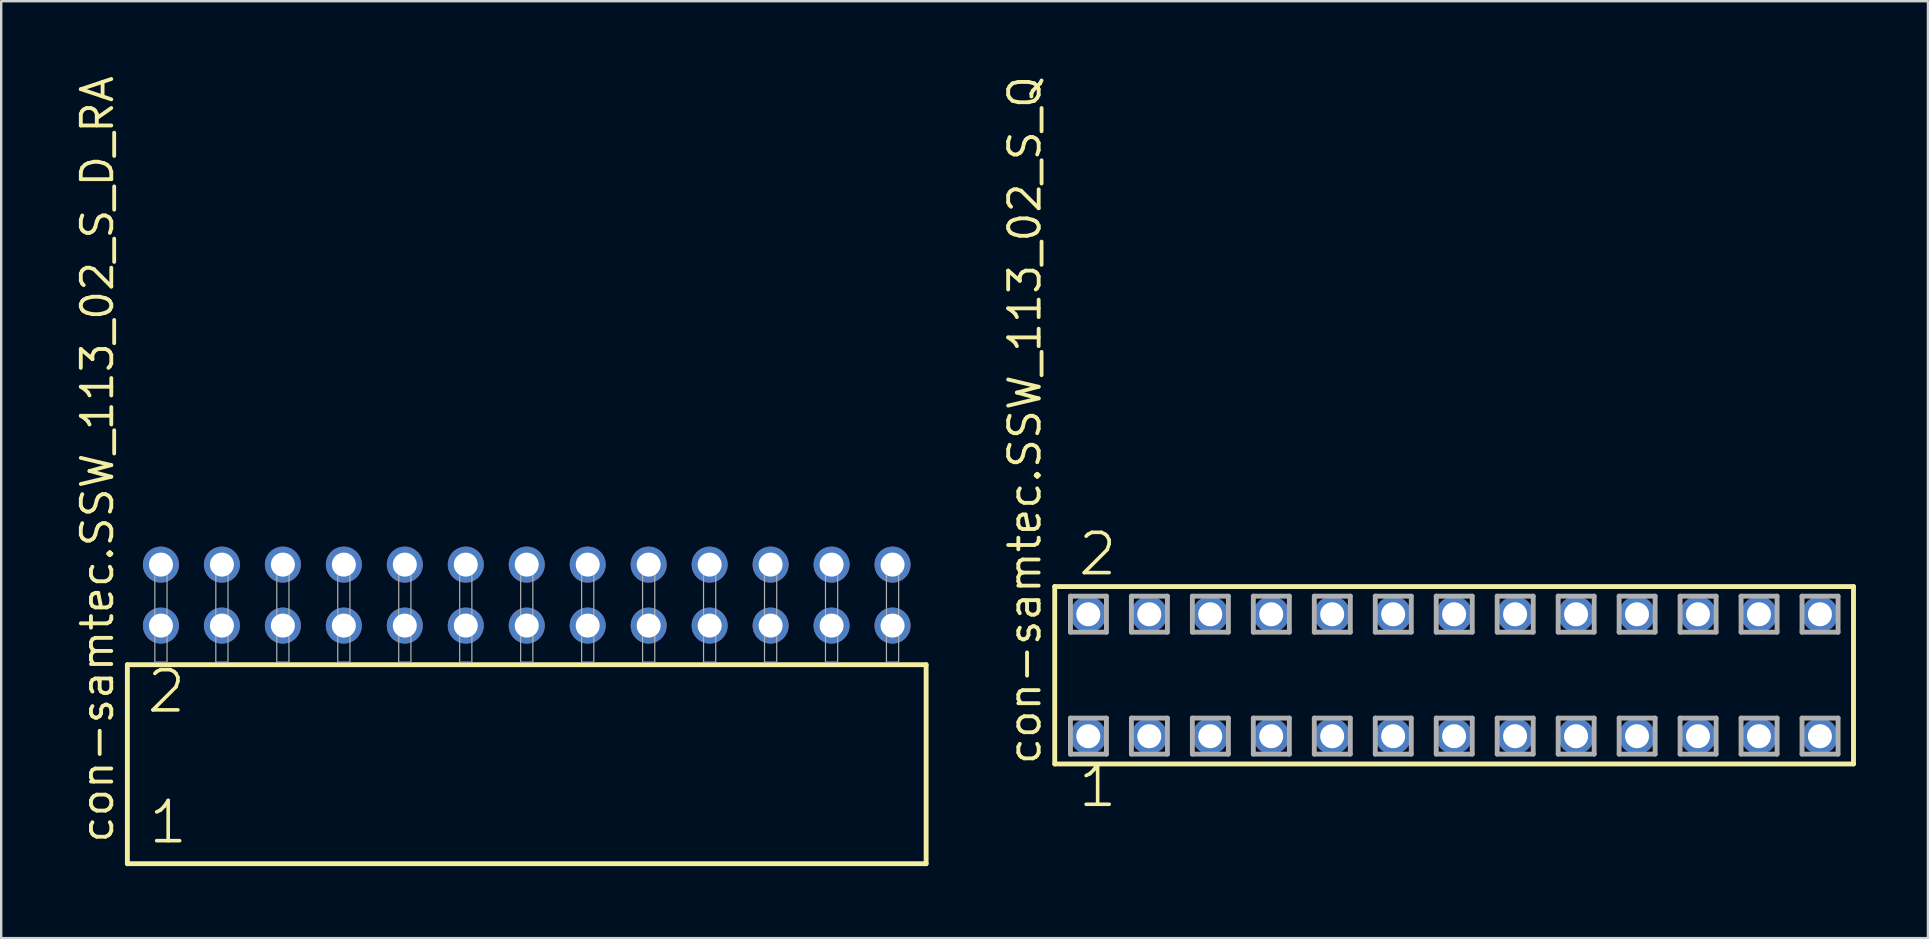
<source format=kicad_pcb>
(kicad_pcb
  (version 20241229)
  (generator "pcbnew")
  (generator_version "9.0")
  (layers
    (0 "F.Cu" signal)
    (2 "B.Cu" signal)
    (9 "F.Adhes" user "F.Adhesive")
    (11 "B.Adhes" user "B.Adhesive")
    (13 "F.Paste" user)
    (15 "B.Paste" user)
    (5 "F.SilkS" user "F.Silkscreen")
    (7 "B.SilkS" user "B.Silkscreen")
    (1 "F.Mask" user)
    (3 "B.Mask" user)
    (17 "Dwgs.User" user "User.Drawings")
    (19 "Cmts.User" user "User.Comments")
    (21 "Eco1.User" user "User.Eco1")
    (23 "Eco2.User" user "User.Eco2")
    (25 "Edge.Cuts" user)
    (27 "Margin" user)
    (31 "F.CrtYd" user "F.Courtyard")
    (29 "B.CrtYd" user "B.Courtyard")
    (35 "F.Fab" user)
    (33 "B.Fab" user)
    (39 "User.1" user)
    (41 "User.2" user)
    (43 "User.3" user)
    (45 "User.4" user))
  (footprint "con-samtec.SSW_113_02_S_Q"
    (layer "F.Cu")
    (at 57.531 25.082)
    (property "Reference" "con-samtec.SSW_113_02_S_Q" (at -17.145 3.81 90) (layer "F.SilkS") (effects (font (size 1.27 1.27) (thickness 0.16)) (justify left bottom)))
    (attr through_hole)
    (fp_line (start -16.639 -3.695) (end 16.639 -3.695) (stroke (width 0.203) (type default)) (layer "F.SilkS"))
    (fp_line (start -16.639 3.695) (end -16.639 -3.695) (stroke (width 0.203) (type default)) (layer "F.SilkS"))
    (fp_line (start 16.639 -3.695) (end 16.639 3.695) (stroke (width 0.203) (type default)) (layer "F.SilkS"))
    (fp_line (start 16.639 3.695) (end -16.639 3.695) (stroke (width 0.203) (type default)) (layer "F.SilkS"))
    (fp_line (start -15.985 -3.295) (end -14.485 -3.295) (stroke (width 0.203) (type default)) (layer "F.Fab"))
    (fp_line (start -15.985 -1.795) (end -15.985 -3.295) (stroke (width 0.203) (type default)) (layer "F.Fab"))
    (fp_line (start -15.985 1.785) (end -14.485 1.785) (stroke (width 0.203) (type default)) (layer "F.Fab"))
    (fp_line (start -15.985 3.285) (end -15.985 1.785) (stroke (width 0.203) (type default)) (layer "F.Fab"))
    (fp_line (start -14.485 -3.295) (end -14.485 -1.795) (stroke (width 0.203) (type default)) (layer "F.Fab"))
    (fp_line (start -14.485 -1.795) (end -15.985 -1.795) (stroke (width 0.203) (type default)) (layer "F.Fab"))
    (fp_line (start -14.485 1.785) (end -14.485 3.285) (stroke (width 0.203) (type default)) (layer "F.Fab"))
    (fp_line (start -14.485 3.285) (end -15.985 3.285) (stroke (width 0.203) (type default)) (layer "F.Fab"))
    (fp_line (start -13.445 -3.295) (end -11.945 -3.295) (stroke (width 0.203) (type default)) (layer "F.Fab"))
    (fp_line (start -13.445 -1.795) (end -13.445 -3.295) (stroke (width 0.203) (type default)) (layer "F.Fab"))
    (fp_line (start -13.445 1.785) (end -11.945 1.785) (stroke (width 0.203) (type default)) (layer "F.Fab"))
    (fp_line (start -13.445 3.285) (end -13.445 1.785) (stroke (width 0.203) (type default)) (layer "F.Fab"))
    (fp_line (start -11.945 -3.295) (end -11.945 -1.795) (stroke (width 0.203) (type default)) (layer "F.Fab"))
    (fp_line (start -11.945 -1.795) (end -13.445 -1.795) (stroke (width 0.203) (type default)) (layer "F.Fab"))
    (fp_line (start -11.945 1.785) (end -11.945 3.285) (stroke (width 0.203) (type default)) (layer "F.Fab"))
    (fp_line (start -11.945 3.285) (end -13.445 3.285) (stroke (width 0.203) (type default)) (layer "F.Fab"))
    (fp_line (start -10.905 -3.295) (end -9.405 -3.295) (stroke (width 0.203) (type default)) (layer "F.Fab"))
    (fp_line (start -10.905 -1.795) (end -10.905 -3.295) (stroke (width 0.203) (type default)) (layer "F.Fab"))
    (fp_line (start -10.905 1.785) (end -9.405 1.785) (stroke (width 0.203) (type default)) (layer "F.Fab"))
    (fp_line (start -10.905 3.285) (end -10.905 1.785) (stroke (width 0.203) (type default)) (layer "F.Fab"))
    (fp_line (start -9.405 -3.295) (end -9.405 -1.795) (stroke (width 0.203) (type default)) (layer "F.Fab"))
    (fp_line (start -9.405 -1.795) (end -10.905 -1.795) (stroke (width 0.203) (type default)) (layer "F.Fab"))
    (fp_line (start -9.405 1.785) (end -9.405 3.285) (stroke (width 0.203) (type default)) (layer "F.Fab"))
    (fp_line (start -9.405 3.285) (end -10.905 3.285) (stroke (width 0.203) (type default)) (layer "F.Fab"))
    (fp_line (start -8.365 -3.295) (end -6.865 -3.295) (stroke (width 0.203) (type default)) (layer "F.Fab"))
    (fp_line (start -8.365 -1.795) (end -8.365 -3.295) (stroke (width 0.203) (type default)) (layer "F.Fab"))
    (fp_line (start -8.365 1.785) (end -6.865 1.785) (stroke (width 0.203) (type default)) (layer "F.Fab"))
    (fp_line (start -8.365 3.285) (end -8.365 1.785) (stroke (width 0.203) (type default)) (layer "F.Fab"))
    (fp_line (start -6.865 -3.295) (end -6.865 -1.795) (stroke (width 0.203) (type default)) (layer "F.Fab"))
    (fp_line (start -6.865 -1.795) (end -8.365 -1.795) (stroke (width 0.203) (type default)) (layer "F.Fab"))
    (fp_line (start -6.865 1.785) (end -6.865 3.285) (stroke (width 0.203) (type default)) (layer "F.Fab"))
    (fp_line (start -6.865 3.285) (end -8.365 3.285) (stroke (width 0.203) (type default)) (layer "F.Fab"))
    (fp_line (start -5.825 -3.295) (end -4.325 -3.295) (stroke (width 0.203) (type default)) (layer "F.Fab"))
    (fp_line (start -5.825 -1.795) (end -5.825 -3.295) (stroke (width 0.203) (type default)) (layer "F.Fab"))
    (fp_line (start -5.825 1.785) (end -4.325 1.785) (stroke (width 0.203) (type default)) (layer "F.Fab"))
    (fp_line (start -5.825 3.285) (end -5.825 1.785) (stroke (width 0.203) (type default)) (layer "F.Fab"))
    (fp_line (start -4.325 -3.295) (end -4.325 -1.795) (stroke (width 0.203) (type default)) (layer "F.Fab"))
    (fp_line (start -4.325 -1.795) (end -5.825 -1.795) (stroke (width 0.203) (type default)) (layer "F.Fab"))
    (fp_line (start -4.325 1.785) (end -4.325 3.285) (stroke (width 0.203) (type default)) (layer "F.Fab"))
    (fp_line (start -4.325 3.285) (end -5.825 3.285) (stroke (width 0.203) (type default)) (layer "F.Fab"))
    (fp_line (start -3.285 -3.295) (end -1.785 -3.295) (stroke (width 0.203) (type default)) (layer "F.Fab"))
    (fp_line (start -3.285 -1.795) (end -3.285 -3.295) (stroke (width 0.203) (type default)) (layer "F.Fab"))
    (fp_line (start -3.285 1.785) (end -1.785 1.785) (stroke (width 0.203) (type default)) (layer "F.Fab"))
    (fp_line (start -3.285 3.285) (end -3.285 1.785) (stroke (width 0.203) (type default)) (layer "F.Fab"))
    (fp_line (start -1.785 -3.295) (end -1.785 -1.795) (stroke (width 0.203) (type default)) (layer "F.Fab"))
    (fp_line (start -1.785 -1.795) (end -3.285 -1.795) (stroke (width 0.203) (type default)) (layer "F.Fab"))
    (fp_line (start -1.785 1.785) (end -1.785 3.285) (stroke (width 0.203) (type default)) (layer "F.Fab"))
    (fp_line (start -1.785 3.285) (end -3.285 3.285) (stroke (width 0.203) (type default)) (layer "F.Fab"))
    (fp_line (start -0.745 -3.295) (end 0.755 -3.295) (stroke (width 0.203) (type default)) (layer "F.Fab"))
    (fp_line (start -0.745 -1.795) (end -0.745 -3.295) (stroke (width 0.203) (type default)) (layer "F.Fab"))
    (fp_line (start -0.745 1.785) (end 0.755 1.785) (stroke (width 0.203) (type default)) (layer "F.Fab"))
    (fp_line (start -0.745 3.285) (end -0.745 1.785) (stroke (width 0.203) (type default)) (layer "F.Fab"))
    (fp_line (start 0.755 -3.295) (end 0.755 -1.795) (stroke (width 0.203) (type default)) (layer "F.Fab"))
    (fp_line (start 0.755 -1.795) (end -0.745 -1.795) (stroke (width 0.203) (type default)) (layer "F.Fab"))
    (fp_line (start 0.755 1.785) (end 0.755 3.285) (stroke (width 0.203) (type default)) (layer "F.Fab"))
    (fp_line (start 0.755 3.285) (end -0.745 3.285) (stroke (width 0.203) (type default)) (layer "F.Fab"))
    (fp_line (start 1.795 -3.295) (end 3.295 -3.295) (stroke (width 0.203) (type default)) (layer "F.Fab"))
    (fp_line (start 1.795 -1.795) (end 1.795 -3.295) (stroke (width 0.203) (type default)) (layer "F.Fab"))
    (fp_line (start 1.795 1.785) (end 3.295 1.785) (stroke (width 0.203) (type default)) (layer "F.Fab"))
    (fp_line (start 1.795 3.285) (end 1.795 1.785) (stroke (width 0.203) (type default)) (layer "F.Fab"))
    (fp_line (start 3.295 -3.295) (end 3.295 -1.795) (stroke (width 0.203) (type default)) (layer "F.Fab"))
    (fp_line (start 3.295 -1.795) (end 1.795 -1.795) (stroke (width 0.203) (type default)) (layer "F.Fab"))
    (fp_line (start 3.295 1.785) (end 3.295 3.285) (stroke (width 0.203) (type default)) (layer "F.Fab"))
    (fp_line (start 3.295 3.285) (end 1.795 3.285) (stroke (width 0.203) (type default)) (layer "F.Fab"))
    (fp_line (start 4.335 -3.295) (end 5.835 -3.295) (stroke (width 0.203) (type default)) (layer "F.Fab"))
    (fp_line (start 4.335 -1.795) (end 4.335 -3.295) (stroke (width 0.203) (type default)) (layer "F.Fab"))
    (fp_line (start 4.335 1.785) (end 5.835 1.785) (stroke (width 0.203) (type default)) (layer "F.Fab"))
    (fp_line (start 4.335 3.285) (end 4.335 1.785) (stroke (width 0.203) (type default)) (layer "F.Fab"))
    (fp_line (start 5.835 -3.295) (end 5.835 -1.795) (stroke (width 0.203) (type default)) (layer "F.Fab"))
    (fp_line (start 5.835 -1.795) (end 4.335 -1.795) (stroke (width 0.203) (type default)) (layer "F.Fab"))
    (fp_line (start 5.835 1.785) (end 5.835 3.285) (stroke (width 0.203) (type default)) (layer "F.Fab"))
    (fp_line (start 5.835 3.285) (end 4.335 3.285) (stroke (width 0.203) (type default)) (layer "F.Fab"))
    (fp_line (start 6.875 -3.295) (end 8.375 -3.295) (stroke (width 0.203) (type default)) (layer "F.Fab"))
    (fp_line (start 6.875 -1.795) (end 6.875 -3.295) (stroke (width 0.203) (type default)) (layer "F.Fab"))
    (fp_line (start 6.875 1.785) (end 8.375 1.785) (stroke (width 0.203) (type default)) (layer "F.Fab"))
    (fp_line (start 6.875 3.285) (end 6.875 1.785) (stroke (width 0.203) (type default)) (layer "F.Fab"))
    (fp_line (start 8.375 -3.295) (end 8.375 -1.795) (stroke (width 0.203) (type default)) (layer "F.Fab"))
    (fp_line (start 8.375 -1.795) (end 6.875 -1.795) (stroke (width 0.203) (type default)) (layer "F.Fab"))
    (fp_line (start 8.375 1.785) (end 8.375 3.285) (stroke (width 0.203) (type default)) (layer "F.Fab"))
    (fp_line (start 8.375 3.285) (end 6.875 3.285) (stroke (width 0.203) (type default)) (layer "F.Fab"))
    (fp_line (start 9.415 -3.295) (end 10.915 -3.295) (stroke (width 0.203) (type default)) (layer "F.Fab"))
    (fp_line (start 9.415 -1.795) (end 9.415 -3.295) (stroke (width 0.203) (type default)) (layer "F.Fab"))
    (fp_line (start 9.415 1.785) (end 10.915 1.785) (stroke (width 0.203) (type default)) (layer "F.Fab"))
    (fp_line (start 9.415 3.285) (end 9.415 1.785) (stroke (width 0.203) (type default)) (layer "F.Fab"))
    (fp_line (start 10.915 -3.295) (end 10.915 -1.795) (stroke (width 0.203) (type default)) (layer "F.Fab"))
    (fp_line (start 10.915 -1.795) (end 9.415 -1.795) (stroke (width 0.203) (type default)) (layer "F.Fab"))
    (fp_line (start 10.915 1.785) (end 10.915 3.285) (stroke (width 0.203) (type default)) (layer "F.Fab"))
    (fp_line (start 10.915 3.285) (end 9.415 3.285) (stroke (width 0.203) (type default)) (layer "F.Fab"))
    (fp_line (start 11.955 -3.295) (end 13.455 -3.295) (stroke (width 0.203) (type default)) (layer "F.Fab"))
    (fp_line (start 11.955 -1.795) (end 11.955 -3.295) (stroke (width 0.203) (type default)) (layer "F.Fab"))
    (fp_line (start 11.955 1.785) (end 13.455 1.785) (stroke (width 0.203) (type default)) (layer "F.Fab"))
    (fp_line (start 11.955 3.285) (end 11.955 1.785) (stroke (width 0.203) (type default)) (layer "F.Fab"))
    (fp_line (start 13.455 -3.295) (end 13.455 -1.795) (stroke (width 0.203) (type default)) (layer "F.Fab"))
    (fp_line (start 13.455 -1.795) (end 11.955 -1.795) (stroke (width 0.203) (type default)) (layer "F.Fab"))
    (fp_line (start 13.455 1.785) (end 13.455 3.285) (stroke (width 0.203) (type default)) (layer "F.Fab"))
    (fp_line (start 13.455 3.285) (end 11.955 3.285) (stroke (width 0.203) (type default)) (layer "F.Fab"))
    (fp_line (start 14.495 -3.295) (end 15.995 -3.295) (stroke (width 0.203) (type default)) (layer "F.Fab"))
    (fp_line (start 14.495 -1.795) (end 14.495 -3.295) (stroke (width 0.203) (type default)) (layer "F.Fab"))
    (fp_line (start 14.495 1.785) (end 15.995 1.785) (stroke (width 0.203) (type default)) (layer "F.Fab"))
    (fp_line (start 14.495 3.285) (end 14.495 1.785) (stroke (width 0.203) (type default)) (layer "F.Fab"))
    (fp_line (start 15.995 -3.295) (end 15.995 -1.795) (stroke (width 0.203) (type default)) (layer "F.Fab"))
    (fp_line (start 15.995 -1.795) (end 14.495 -1.795) (stroke (width 0.203) (type default)) (layer "F.Fab"))
    (fp_line (start 15.995 1.785) (end 15.995 3.285) (stroke (width 0.203) (type default)) (layer "F.Fab"))
    (fp_line (start 15.995 3.285) (end 14.495 3.285) (stroke (width 0.203) (type default)) (layer "F.Fab"))
    (fp_text user "2" (at -15.748 -4.064 0) (layer "F.SilkS") (effects (font (size 1.676 1.676) (thickness 0.15)) (justify left bottom)))
    (fp_text user "1" (at -15.748 5.588 0) (layer "F.SilkS") (effects (font (size 1.676 1.676) (thickness 0.15)) (justify left bottom)))
    (pad "1" thru_hole circle (at -15.24 2.54) (size 1.5 1.5) (drill 1) (layers "*.Cu" "*.Mask"))
    (pad "2" thru_hole circle (at -15.24 -2.54) (size 1.5 1.5) (drill 1) (layers "*.Cu" "*.Mask"))
    (pad "3" thru_hole circle (at -12.7 2.54) (size 1.5 1.5) (drill 1) (layers "*.Cu" "*.Mask"))
    (pad "4" thru_hole circle (at -12.7 -2.54) (size 1.5 1.5) (drill 1) (layers "*.Cu" "*.Mask"))
    (pad "5" thru_hole circle (at -10.16 2.54) (size 1.5 1.5) (drill 1) (layers "*.Cu" "*.Mask"))
    (pad "6" thru_hole circle (at -10.16 -2.54) (size 1.5 1.5) (drill 1) (layers "*.Cu" "*.Mask"))
    (pad "7" thru_hole circle (at -7.62 2.54) (size 1.5 1.5) (drill 1) (layers "*.Cu" "*.Mask"))
    (pad "8" thru_hole circle (at -7.62 -2.54) (size 1.5 1.5) (drill 1) (layers "*.Cu" "*.Mask"))
    (pad "9" thru_hole circle (at -5.08 2.54) (size 1.5 1.5) (drill 1) (layers "*.Cu" "*.Mask"))
    (pad "10" thru_hole circle (at -5.08 -2.54) (size 1.5 1.5) (drill 1) (layers "*.Cu" "*.Mask"))
    (pad "11" thru_hole circle (at -2.54 2.54) (size 1.5 1.5) (drill 1) (layers "*.Cu" "*.Mask"))
    (pad "12" thru_hole circle (at -2.54 -2.54) (size 1.5 1.5) (drill 1) (layers "*.Cu" "*.Mask"))
    (pad "13" thru_hole circle (at 0 2.54) (size 1.5 1.5) (drill 1) (layers "*.Cu" "*.Mask"))
    (pad "14" thru_hole circle (at 0 -2.54) (size 1.5 1.5) (drill 1) (layers "*.Cu" "*.Mask"))
    (pad "15" thru_hole circle (at 2.54 2.54) (size 1.5 1.5) (drill 1) (layers "*.Cu" "*.Mask"))
    (pad "16" thru_hole circle (at 2.54 -2.54) (size 1.5 1.5) (drill 1) (layers "*.Cu" "*.Mask"))
    (pad "17" thru_hole circle (at 5.08 2.54) (size 1.5 1.5) (drill 1) (layers "*.Cu" "*.Mask"))
    (pad "18" thru_hole circle (at 5.08 -2.54) (size 1.5 1.5) (drill 1) (layers "*.Cu" "*.Mask"))
    (pad "19" thru_hole circle (at 7.62 2.54) (size 1.5 1.5) (drill 1) (layers "*.Cu" "*.Mask"))
    (pad "20" thru_hole circle (at 7.62 -2.54) (size 1.5 1.5) (drill 1) (layers "*.Cu" "*.Mask"))
    (pad "21" thru_hole circle (at 10.16 2.54) (size 1.5 1.5) (drill 1) (layers "*.Cu" "*.Mask"))
    (pad "22" thru_hole circle (at 10.16 -2.54) (size 1.5 1.5) (drill 1) (layers "*.Cu" "*.Mask"))
    (pad "23" thru_hole circle (at 12.7 2.54) (size 1.5 1.5) (drill 1) (layers "*.Cu" "*.Mask"))
    (pad "24" thru_hole circle (at 12.7 -2.54) (size 1.5 1.5) (drill 1) (layers "*.Cu" "*.Mask"))
    (pad "25" thru_hole circle (at 15.24 2.54) (size 1.5 1.5) (drill 1) (layers "*.Cu" "*.Mask"))
    (pad "26" thru_hole circle (at 15.24 -2.54) (size 1.5 1.5) (drill 1) (layers "*.Cu" "*.Mask")))
  (footprint "con-samtec.SSW_113_02_S_D_RA"
    (layer "F.Cu")
    (at 18.895 24.537)
    (property "Reference" "con-samtec.SSW_113_02_S_D_RA" (at -17.145 7.62 90) (layer "F.SilkS") (effects (font (size 1.27 1.27) (thickness 0.16)) (justify left bottom)))
    (attr through_hole)
    (fp_line (start -16.639 0.106) (end -16.639 8.396) (stroke (width 0.203) (type default)) (layer "F.SilkS"))
    (fp_line (start -16.639 8.396) (end 16.639 8.396) (stroke (width 0.203) (type default)) (layer "F.SilkS"))
    (fp_line (start 16.639 0.106) (end -16.639 0.106) (stroke (width 0.203) (type default)) (layer "F.SilkS"))
    (fp_line (start 16.639 8.396) (end 16.639 0.106) (stroke (width 0.203) (type default)) (layer "F.SilkS"))
    (fp_rect (start -15.494 0) (end -14.986 -4.318) (stroke (width 0.05) (type default)) (fill no) (layer "F.Fab"))
    (fp_rect (start -12.954 0) (end -12.446 -4.318) (stroke (width 0.05) (type default)) (fill no) (layer "F.Fab"))
    (fp_rect (start -10.414 0) (end -9.906 -4.318) (stroke (width 0.05) (type default)) (fill no) (layer "F.Fab"))
    (fp_rect (start -7.874 0) (end -7.366 -4.318) (stroke (width 0.05) (type default)) (fill no) (layer "F.Fab"))
    (fp_rect (start -5.334 0) (end -4.826 -4.318) (stroke (width 0.05) (type default)) (fill no) (layer "F.Fab"))
    (fp_rect (start -2.794 0) (end -2.286 -4.318) (stroke (width 0.05) (type default)) (fill no) (layer "F.Fab"))
    (fp_rect (start -0.254 0) (end 0.254 -4.318) (stroke (width 0.05) (type default)) (fill no) (layer "F.Fab"))
    (fp_rect (start 2.286 0) (end 2.794 -4.318) (stroke (width 0.05) (type default)) (fill no) (layer "F.Fab"))
    (fp_rect (start 4.826 0) (end 5.334 -4.318) (stroke (width 0.05) (type default)) (fill no) (layer "F.Fab"))
    (fp_rect (start 7.366 0) (end 7.874 -4.318) (stroke (width 0.05) (type default)) (fill no) (layer "F.Fab"))
    (fp_rect (start 9.906 0) (end 10.414 -4.318) (stroke (width 0.05) (type default)) (fill no) (layer "F.Fab"))
    (fp_rect (start 12.446 0) (end 12.954 -4.318) (stroke (width 0.05) (type default)) (fill no) (layer "F.Fab"))
    (fp_rect (start 14.986 0) (end 15.494 -4.318) (stroke (width 0.05) (type default)) (fill no) (layer "F.Fab"))
    (fp_text user "2" (at -15.91 2.2 0) (layer "F.SilkS") (effects (font (size 1.676 1.676) (thickness 0.15)) (justify left bottom)))
    (fp_text user "1" (at -15.835 7.65 0) (layer "F.SilkS") (effects (font (size 1.676 1.676) (thickness 0.15)) (justify left bottom)))
    (pad "1" thru_hole circle (at -15.24 -1.524) (size 1.5 1.5) (drill 1) (layers "*.Cu" "*.Mask"))
    (pad "2" thru_hole circle (at -15.24 -4.064) (size 1.5 1.5) (drill 1) (layers "*.Cu" "*.Mask"))
    (pad "3" thru_hole circle (at -12.7 -1.524) (size 1.5 1.5) (drill 1) (layers "*.Cu" "*.Mask"))
    (pad "4" thru_hole circle (at -12.7 -4.064) (size 1.5 1.5) (drill 1) (layers "*.Cu" "*.Mask"))
    (pad "5" thru_hole circle (at -10.16 -1.524) (size 1.5 1.5) (drill 1) (layers "*.Cu" "*.Mask"))
    (pad "6" thru_hole circle (at -10.16 -4.064) (size 1.5 1.5) (drill 1) (layers "*.Cu" "*.Mask"))
    (pad "7" thru_hole circle (at -7.62 -1.524) (size 1.5 1.5) (drill 1) (layers "*.Cu" "*.Mask"))
    (pad "8" thru_hole circle (at -7.62 -4.064) (size 1.5 1.5) (drill 1) (layers "*.Cu" "*.Mask"))
    (pad "9" thru_hole circle (at -5.08 -1.524) (size 1.5 1.5) (drill 1) (layers "*.Cu" "*.Mask"))
    (pad "10" thru_hole circle (at -5.08 -4.064) (size 1.5 1.5) (drill 1) (layers "*.Cu" "*.Mask"))
    (pad "11" thru_hole circle (at -2.54 -1.524) (size 1.5 1.5) (drill 1) (layers "*.Cu" "*.Mask"))
    (pad "12" thru_hole circle (at -2.54 -4.064) (size 1.5 1.5) (drill 1) (layers "*.Cu" "*.Mask"))
    (pad "13" thru_hole circle (at 0 -1.524) (size 1.5 1.5) (drill 1) (layers "*.Cu" "*.Mask"))
    (pad "14" thru_hole circle (at 0 -4.064) (size 1.5 1.5) (drill 1) (layers "*.Cu" "*.Mask"))
    (pad "15" thru_hole circle (at 2.54 -1.524) (size 1.5 1.5) (drill 1) (layers "*.Cu" "*.Mask"))
    (pad "16" thru_hole circle (at 2.54 -4.064) (size 1.5 1.5) (drill 1) (layers "*.Cu" "*.Mask"))
    (pad "17" thru_hole circle (at 5.08 -1.524) (size 1.5 1.5) (drill 1) (layers "*.Cu" "*.Mask"))
    (pad "18" thru_hole circle (at 5.08 -4.064) (size 1.5 1.5) (drill 1) (layers "*.Cu" "*.Mask"))
    (pad "19" thru_hole circle (at 7.62 -1.524) (size 1.5 1.5) (drill 1) (layers "*.Cu" "*.Mask"))
    (pad "20" thru_hole circle (at 7.62 -4.064) (size 1.5 1.5) (drill 1) (layers "*.Cu" "*.Mask"))
    (pad "21" thru_hole circle (at 10.16 -1.524) (size 1.5 1.5) (drill 1) (layers "*.Cu" "*.Mask"))
    (pad "22" thru_hole circle (at 10.16 -4.064) (size 1.5 1.5) (drill 1) (layers "*.Cu" "*.Mask"))
    (pad "23" thru_hole circle (at 12.7 -1.524) (size 1.5 1.5) (drill 1) (layers "*.Cu" "*.Mask"))
    (pad "24" thru_hole circle (at 12.7 -4.064) (size 1.5 1.5) (drill 1) (layers "*.Cu" "*.Mask"))
    (pad "25" thru_hole circle (at 15.24 -1.524) (size 1.5 1.5) (drill 1) (layers "*.Cu" "*.Mask"))
    (pad "26" thru_hole circle (at 15.24 -4.064) (size 1.5 1.5) (drill 1) (layers "*.Cu" "*.Mask")))
  (gr_rect
    (start -3 -3)
    (end 77.271 36.035)
    (stroke (width 0.1) (type default))
    (fill no)
    (layer "Edge.Cuts")))
</source>
